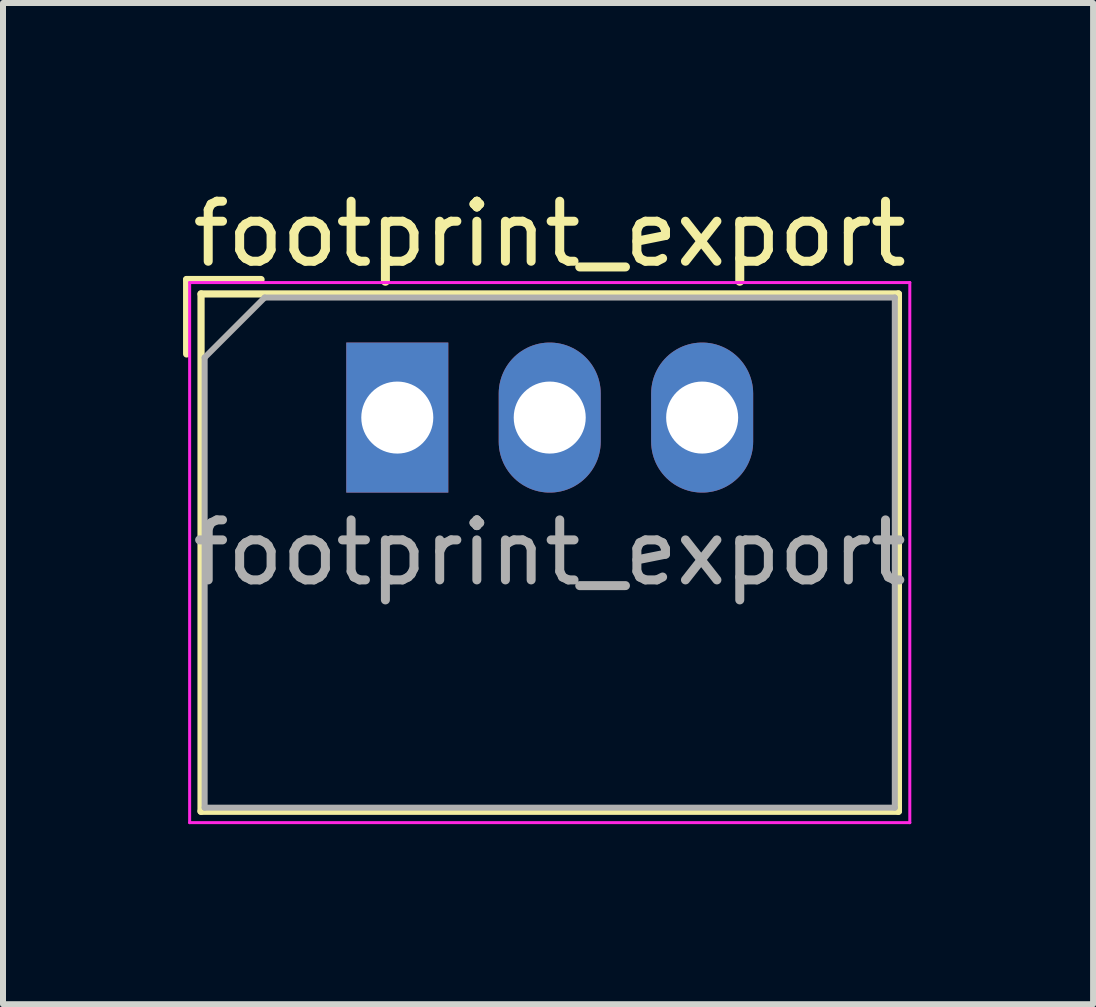
<source format=kicad_pcb>
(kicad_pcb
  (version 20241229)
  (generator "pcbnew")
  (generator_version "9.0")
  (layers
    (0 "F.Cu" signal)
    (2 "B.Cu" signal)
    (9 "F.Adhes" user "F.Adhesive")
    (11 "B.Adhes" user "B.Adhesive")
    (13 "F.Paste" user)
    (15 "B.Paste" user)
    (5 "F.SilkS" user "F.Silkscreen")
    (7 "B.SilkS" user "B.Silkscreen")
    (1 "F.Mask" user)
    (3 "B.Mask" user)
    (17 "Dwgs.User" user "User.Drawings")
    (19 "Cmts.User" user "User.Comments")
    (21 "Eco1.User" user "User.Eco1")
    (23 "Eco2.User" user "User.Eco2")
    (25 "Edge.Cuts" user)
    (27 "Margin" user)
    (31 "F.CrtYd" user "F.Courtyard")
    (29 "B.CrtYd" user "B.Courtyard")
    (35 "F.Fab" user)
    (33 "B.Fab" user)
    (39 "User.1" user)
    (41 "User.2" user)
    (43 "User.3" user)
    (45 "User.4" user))
  (footprint "footprint_export"
    (layer "F.Cu")
    (at 3.57 3.908)
    (property "Reference" "footprint_export" (at 2.54 -3.06 0) (layer "F.SilkS") (effects (font (size 1 1) (thickness 0.15))))
    (attr through_hole)
    (fp_line (start -3.51 -2.3) (end -2.27 -2.3) (stroke (width 0.12) (type solid)) (layer "F.SilkS"))
    (fp_line (start -3.51 -1.06) (end -3.51 -2.3) (stroke (width 0.12) (type solid)) (layer "F.SilkS"))
    (fp_line (start -3.27 -2.06) (end -3.27 6.56) (stroke (width 0.12) (type solid)) (layer "F.SilkS"))
    (fp_line (start -3.27 -2.06) (end 8.35 -2.06) (stroke (width 0.12) (type solid)) (layer "F.SilkS"))
    (fp_line (start -3.27 6.56) (end 8.35 6.56) (stroke (width 0.12) (type solid)) (layer "F.SilkS"))
    (fp_line (start 8.35 -2.06) (end 8.35 6.56) (stroke (width 0.12) (type solid)) (layer "F.SilkS"))
    (fp_line (start -3.46 -2.25) (end -3.46 6.75) (stroke (width 0.05) (type solid)) (layer "F.CrtYd"))
    (fp_line (start -3.46 6.75) (end 8.54 6.75) (stroke (width 0.05) (type solid)) (layer "F.CrtYd"))
    (fp_line (start 8.54 -2.25) (end -3.46 -2.25) (stroke (width 0.05) (type solid)) (layer "F.CrtYd"))
    (fp_line (start 8.54 6.75) (end 8.54 -2.25) (stroke (width 0.05) (type solid)) (layer "F.CrtYd"))
    (fp_line (start -3.21 -1) (end -2.21 -2) (stroke (width 0.1) (type solid)) (layer "F.Fab"))
    (fp_line (start -3.21 6.5) (end -3.21 -1) (stroke (width 0.1) (type solid)) (layer "F.Fab"))
    (fp_line (start -2.21 -2) (end 8.29 -2) (stroke (width 0.1) (type solid)) (layer "F.Fab"))
    (fp_line (start 8.29 -2) (end 8.29 6.5) (stroke (width 0.1) (type solid)) (layer "F.Fab"))
    (fp_line (start 8.29 6.5) (end -3.21 6.5) (stroke (width 0.1) (type solid)) (layer "F.Fab"))
    (fp_text user "${REFERENCE}" (at 2.54 2.25 0) (layer "F.Fab") (effects (font (size 1 1) (thickness 0.15))))
    (pad "1" thru_hole rect (at 0 0) (size 1.7 2.5) (drill 1.2) (layers "*.Cu" "*.Mask"))
    (pad "2" thru_hole oval (at 2.54 0) (size 1.7 2.5) (drill 1.2) (layers "*.Cu" "*.Mask"))
    (pad "3" thru_hole oval (at 5.08 0) (size 1.7 2.5) (drill 1.2) (layers "*.Cu" "*.Mask")))
  (gr_rect
    (start -3 -3)
    (end 15.164 13.683)
    (stroke (width 0.1) (type default))
    (fill no)
    (layer "Edge.Cuts")))
</source>
